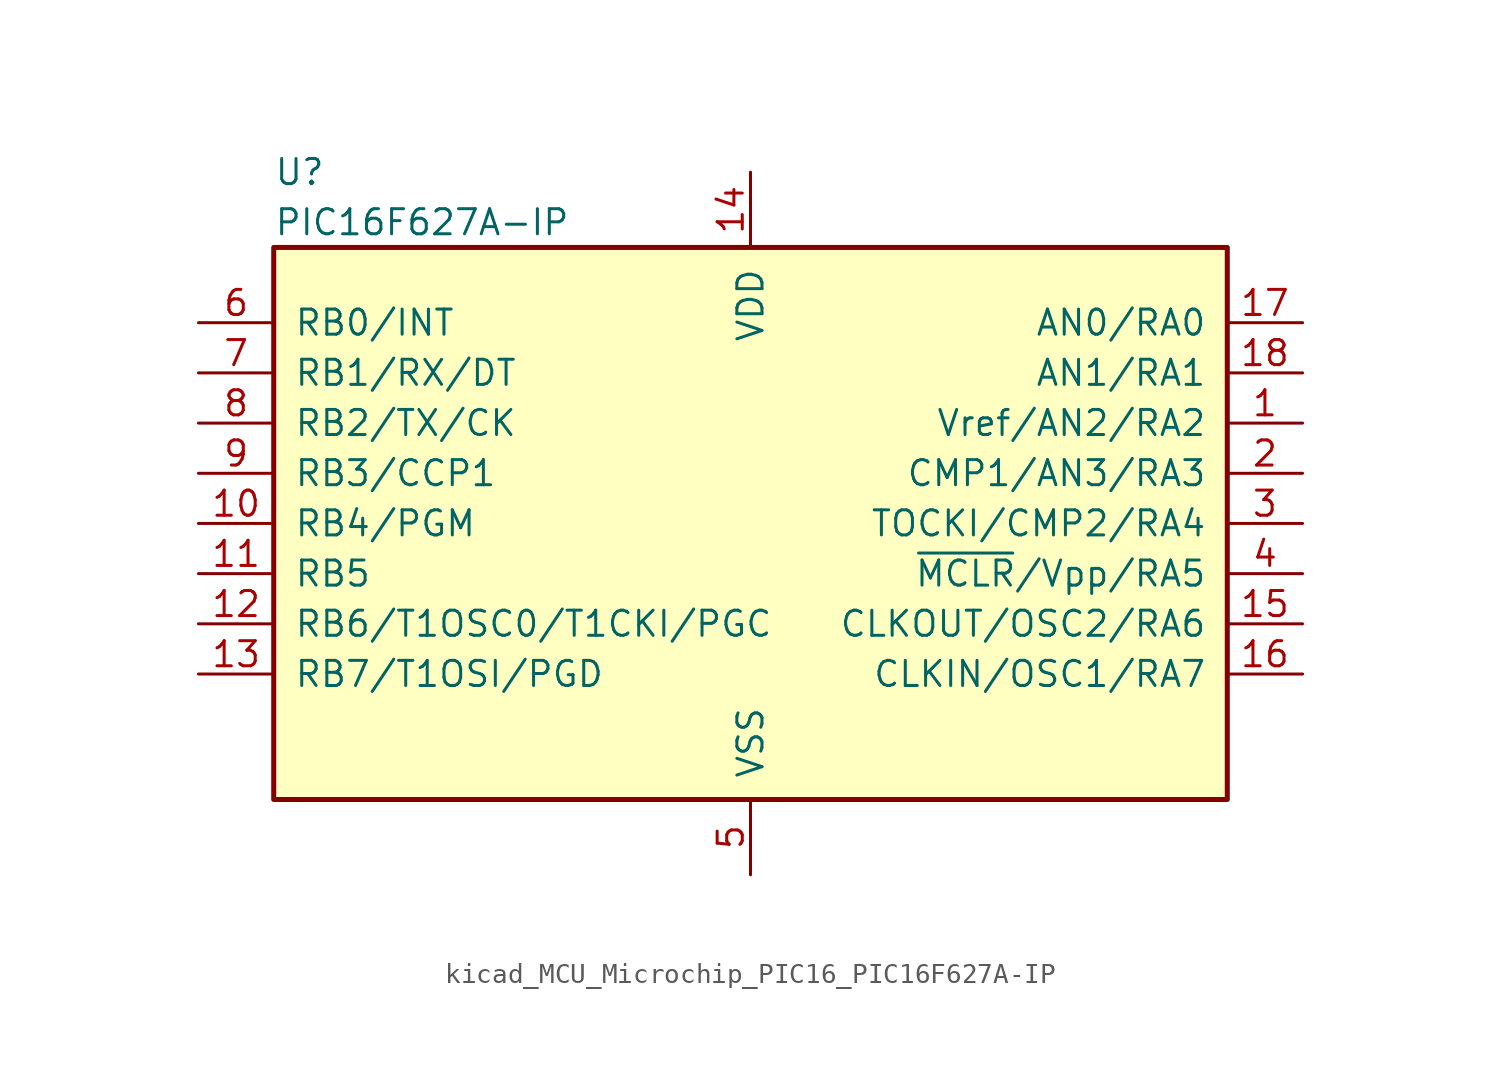
<source format=kicad_sym>
(kicad_symbol_lib
  (version 20220914)
  (generator kicad_symbol_editor)
  (symbol "kicad_MCU_Microchip_PIC16_PIC16F627A-IP"
    (pin_names
      (offset 1.016))
    (property "Reference" "U"
      (at -24.13 17.78 0)
      (effects (font (size 1.27 1.27)) (justify left)))
    (property "Value" "PIC16F627A-IP"
      (at -24.13 15.24 0)
      (effects (font (size 1.27 1.27)) (justify left)))
    (symbol "kicad_MCU_Microchip_PIC16_PIC16F627A-IP_0_1"
      (rectangle (start 24.13 13.97) (end -24.13 -13.97) (stroke (width 0.254) (type default)) (fill (type background))))
    (symbol "kicad_MCU_Microchip_PIC16_PIC16F627A-IP_1_1"
      (pin bidirectional line (at 27.94 5.08 180) (length 3.81) (name "Vref/AN2/RA2" (effects (font (size 1.27 1.27)))) (number "1" (effects (font (size 1.27 1.27)))))
      (pin bidirectional line (at -27.94 0 0) (length 3.81) (name "RB4/PGM" (effects (font (size 1.27 1.27)))) (number "10" (effects (font (size 1.27 1.27)))))
      (pin bidirectional line (at -27.94 -2.54 0) (length 3.81) (name "RB5" (effects (font (size 1.27 1.27)))) (number "11" (effects (font (size 1.27 1.27)))))
      (pin bidirectional line (at -27.94 -5.08 0) (length 3.81) (name "RB6/T1OSC0/T1CKI/PGC" (effects (font (size 1.27 1.27)))) (number "12" (effects (font (size 1.27 1.27)))))
      (pin bidirectional line (at -27.94 -7.62 0) (length 3.81) (name "RB7/T1OSI/PGD" (effects (font (size 1.27 1.27)))) (number "13" (effects (font (size 1.27 1.27)))))
      (pin power_in line (at 0 17.78 270) (length 3.81) (name "VDD" (effects (font (size 1.27 1.27)))) (number "14" (effects (font (size 1.27 1.27)))))
      (pin bidirectional line (at 27.94 -5.08 180) (length 3.81) (name "CLKOUT/OSC2/RA6" (effects (font (size 1.27 1.27)))) (number "15" (effects (font (size 1.27 1.27)))))
      (pin bidirectional line (at 27.94 -7.62 180) (length 3.81) (name "CLKIN/OSC1/RA7" (effects (font (size 1.27 1.27)))) (number "16" (effects (font (size 1.27 1.27)))))
      (pin bidirectional line (at 27.94 10.16 180) (length 3.81) (name "AN0/RA0" (effects (font (size 1.27 1.27)))) (number "17" (effects (font (size 1.27 1.27)))))
      (pin bidirectional line (at 27.94 7.62 180) (length 3.81) (name "AN1/RA1" (effects (font (size 1.27 1.27)))) (number "18" (effects (font (size 1.27 1.27)))))
      (pin bidirectional line (at 27.94 2.54 180) (length 3.81) (name "CMP1/AN3/RA3" (effects (font (size 1.27 1.27)))) (number "2" (effects (font (size 1.27 1.27)))))
      (pin bidirectional line (at 27.94 0 180) (length 3.81) (name "TOCKI/CMP2/RA4" (effects (font (size 1.27 1.27)))) (number "3" (effects (font (size 1.27 1.27)))))
      (pin input line (at 27.94 -2.54 180) (length 3.81) (name "~{MCLR}/Vpp/RA5" (effects (font (size 1.27 1.27)))) (number "4" (effects (font (size 1.27 1.27)))))
      (pin power_in line (at 0 -17.78 90) (length 3.81) (name "VSS" (effects (font (size 1.27 1.27)))) (number "5" (effects (font (size 1.27 1.27)))))
      (pin bidirectional line (at -27.94 10.16 0) (length 3.81) (name "RB0/INT" (effects (font (size 1.27 1.27)))) (number "6" (effects (font (size 1.27 1.27)))))
      (pin bidirectional line (at -27.94 7.62 0) (length 3.81) (name "RB1/RX/DT" (effects (font (size 1.27 1.27)))) (number "7" (effects (font (size 1.27 1.27)))))
      (pin bidirectional line (at -27.94 5.08 0) (length 3.81) (name "RB2/TX/CK" (effects (font (size 1.27 1.27)))) (number "8" (effects (font (size 1.27 1.27)))))
      (pin bidirectional line (at -27.94 2.54 0) (length 3.81) (name "RB3/CCP1" (effects (font (size 1.27 1.27)))) (number "9" (effects (font (size 1.27 1.27))))))))
</source>
